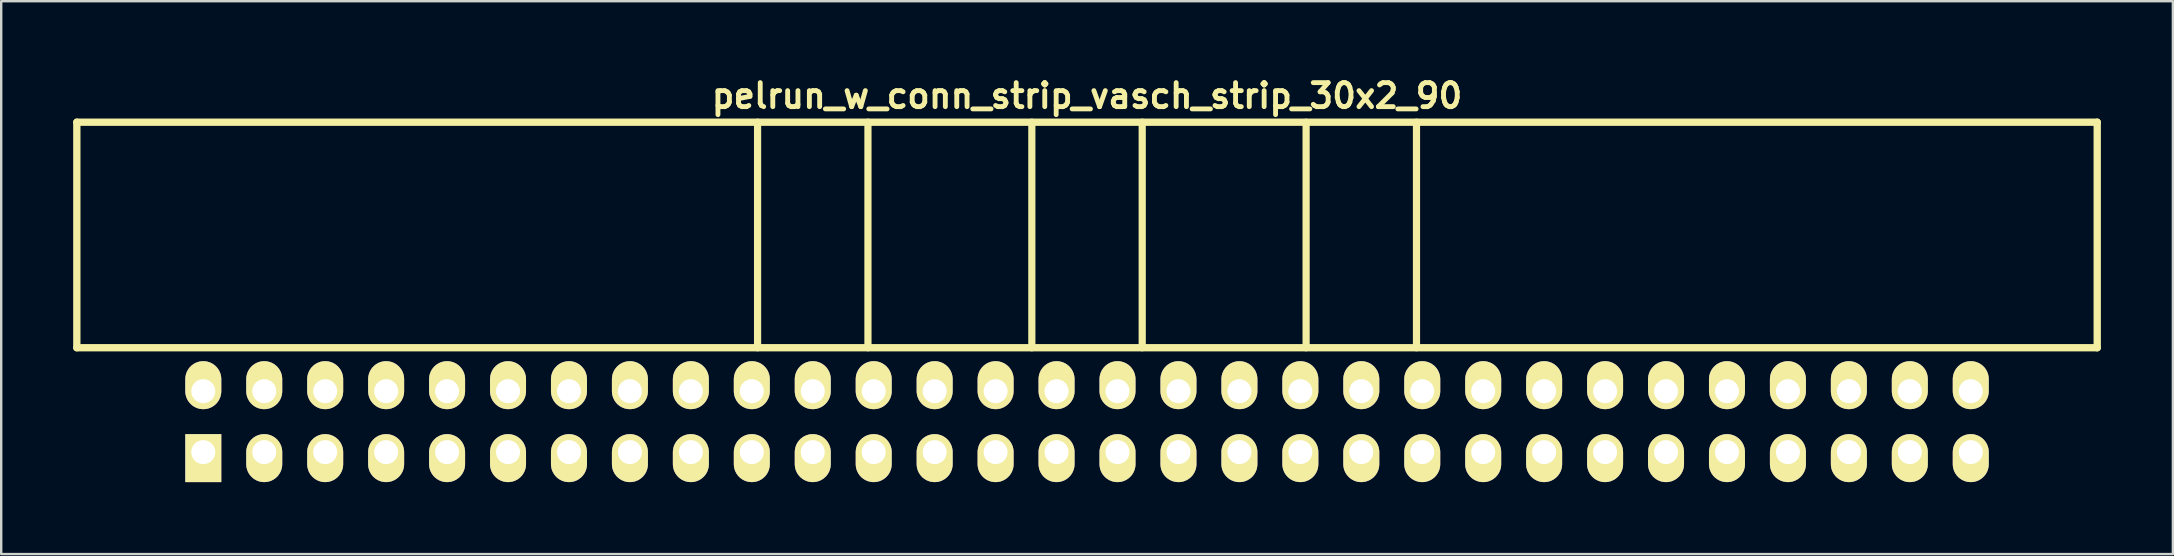
<source format=kicad_pcb>
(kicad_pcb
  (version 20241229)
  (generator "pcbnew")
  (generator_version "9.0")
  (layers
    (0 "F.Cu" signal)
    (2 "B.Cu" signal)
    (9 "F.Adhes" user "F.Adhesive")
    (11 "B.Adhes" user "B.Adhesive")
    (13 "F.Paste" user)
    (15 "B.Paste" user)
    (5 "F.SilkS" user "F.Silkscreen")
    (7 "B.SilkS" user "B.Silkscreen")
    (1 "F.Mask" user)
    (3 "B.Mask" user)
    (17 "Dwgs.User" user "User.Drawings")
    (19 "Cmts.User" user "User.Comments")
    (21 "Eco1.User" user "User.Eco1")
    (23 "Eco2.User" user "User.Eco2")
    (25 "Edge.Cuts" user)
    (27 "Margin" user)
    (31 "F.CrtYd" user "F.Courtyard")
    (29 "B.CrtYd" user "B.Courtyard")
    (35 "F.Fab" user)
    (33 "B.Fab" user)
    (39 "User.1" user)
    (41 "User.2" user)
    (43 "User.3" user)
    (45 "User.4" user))
  (footprint "pelrun_w_conn_strip_vasch_strip_30x2_90"
    (layer "F.Cu")
    (at 42.252 9.442)
    (property "Reference" "pelrun_w_conn_strip_vasch_strip_30x2_90" (at 0 -8.5 0) (layer "F.SilkS") (effects (font (size 1 1) (thickness 0.203))))
    (attr through_hole)
    (fp_line (start -42.1 -7.4) (end -42.1 2) (stroke (width 0.305) (type solid)) (layer "F.SilkS"))
    (fp_line (start -42.1 2) (end 42.1 2) (stroke (width 0.305) (type solid)) (layer "F.SilkS"))
    (fp_line (start -13.73 -7.4) (end -13.73 2) (stroke (width 0.3) (type solid)) (layer "F.SilkS"))
    (fp_line (start -9.13 -7.4) (end -9.13 2) (stroke (width 0.3) (type solid)) (layer "F.SilkS"))
    (fp_line (start -2.3 -7.4) (end -2.3 2) (stroke (width 0.3) (type solid)) (layer "F.SilkS"))
    (fp_line (start 2.3 -7.4) (end 2.3 2) (stroke (width 0.3) (type solid)) (layer "F.SilkS"))
    (fp_line (start 9.13 -7.4) (end 9.13 2) (stroke (width 0.3) (type solid)) (layer "F.SilkS"))
    (fp_line (start 13.73 -7.4) (end 13.73 2) (stroke (width 0.3) (type solid)) (layer "F.SilkS"))
    (fp_line (start 42.1 -7.4) (end -42.1 -7.4) (stroke (width 0.305) (type solid)) (layer "F.SilkS"))
    (fp_line (start 42.1 -7.4) (end 42.1 2) (stroke (width 0.305) (type solid)) (layer "F.SilkS"))
    (pad "1" thru_hole rect (at -36.83 6.35) (size 1.5 2) (drill 1 (offset 0 0.25)) (layers "*.Cu" "*.Mask" "F.SilkS"))
    (pad "2" thru_hole oval (at -36.83 3.81) (size 1.5 2) (drill 1 (offset 0 -0.25)) (layers "*.Cu" "*.Mask" "F.SilkS"))
    (pad "3" thru_hole oval (at -34.29 6.35) (size 1.5 2) (drill 1 (offset 0 0.25)) (layers "*.Cu" "*.Mask" "F.SilkS"))
    (pad "4" thru_hole oval (at -34.29 3.81) (size 1.5 2) (drill 1 (offset 0 -0.25)) (layers "*.Cu" "*.Mask" "F.SilkS"))
    (pad "5" thru_hole oval (at -31.75 6.35) (size 1.5 2) (drill 1 (offset 0 0.25)) (layers "*.Cu" "*.Mask" "F.SilkS"))
    (pad "6" thru_hole oval (at -31.75 3.81) (size 1.5 2) (drill 1 (offset 0 -0.25)) (layers "*.Cu" "*.Mask" "F.SilkS"))
    (pad "7" thru_hole oval (at -29.21 6.35) (size 1.5 2) (drill 1 (offset 0 0.25)) (layers "*.Cu" "*.Mask" "F.SilkS"))
    (pad "8" thru_hole oval (at -29.21 3.81) (size 1.5 2) (drill 1 (offset 0 -0.25)) (layers "*.Cu" "*.Mask" "F.SilkS"))
    (pad "9" thru_hole oval (at -26.67 6.35) (size 1.5 2) (drill 1 (offset 0 0.25)) (layers "*.Cu" "*.Mask" "F.SilkS"))
    (pad "10" thru_hole oval (at -26.67 3.81) (size 1.5 2) (drill 1 (offset 0 -0.25)) (layers "*.Cu" "*.Mask" "F.SilkS"))
    (pad "11" thru_hole oval (at -24.13 6.35) (size 1.5 2) (drill 1 (offset 0 0.25)) (layers "*.Cu" "*.Mask" "F.SilkS"))
    (pad "12" thru_hole oval (at -24.13 3.81) (size 1.5 2) (drill 1 (offset 0 -0.25)) (layers "*.Cu" "*.Mask" "F.SilkS"))
    (pad "13" thru_hole oval (at -21.59 6.35) (size 1.5 2) (drill 1 (offset 0 0.25)) (layers "*.Cu" "*.Mask" "F.SilkS"))
    (pad "14" thru_hole oval (at -21.59 3.81) (size 1.5 2) (drill 1 (offset 0 -0.25)) (layers "*.Cu" "*.Mask" "F.SilkS"))
    (pad "15" thru_hole oval (at -19.05 6.35) (size 1.5 2) (drill 1 (offset 0 0.25)) (layers "*.Cu" "*.Mask" "F.SilkS"))
    (pad "16" thru_hole oval (at -19.05 3.81) (size 1.5 2) (drill 1 (offset 0 -0.25)) (layers "*.Cu" "*.Mask" "F.SilkS"))
    (pad "17" thru_hole oval (at -16.51 6.35) (size 1.5 2) (drill 1 (offset 0 0.25)) (layers "*.Cu" "*.Mask" "F.SilkS"))
    (pad "18" thru_hole oval (at -16.51 3.81) (size 1.5 2) (drill 1 (offset 0 -0.25)) (layers "*.Cu" "*.Mask" "F.SilkS"))
    (pad "19" thru_hole oval (at -13.97 6.35) (size 1.5 2) (drill 1 (offset 0 0.25)) (layers "*.Cu" "*.Mask" "F.SilkS"))
    (pad "20" thru_hole oval (at -13.97 3.81) (size 1.5 2) (drill 1 (offset 0 -0.25)) (layers "*.Cu" "*.Mask" "F.SilkS"))
    (pad "21" thru_hole oval (at -11.43 6.35) (size 1.5 2) (drill 1 (offset 0 0.25)) (layers "*.Cu" "*.Mask" "F.SilkS"))
    (pad "22" thru_hole oval (at -11.43 3.81) (size 1.5 2) (drill 1 (offset 0 -0.25)) (layers "*.Cu" "*.Mask" "F.SilkS"))
    (pad "23" thru_hole oval (at -8.89 6.35) (size 1.5 2) (drill 1 (offset 0 0.25)) (layers "*.Cu" "*.Mask" "F.SilkS"))
    (pad "24" thru_hole oval (at -8.89 3.81) (size 1.5 2) (drill 1 (offset 0 -0.25)) (layers "*.Cu" "*.Mask" "F.SilkS"))
    (pad "25" thru_hole oval (at -6.35 6.35) (size 1.5 2) (drill 1 (offset 0 0.25)) (layers "*.Cu" "*.Mask" "F.SilkS"))
    (pad "26" thru_hole oval (at -6.35 3.81) (size 1.5 2) (drill 1 (offset 0 -0.25)) (layers "*.Cu" "*.Mask" "F.SilkS"))
    (pad "27" thru_hole oval (at -3.81 6.35) (size 1.5 2) (drill 1 (offset 0 0.25)) (layers "*.Cu" "*.Mask" "F.SilkS"))
    (pad "28" thru_hole oval (at -3.81 3.81) (size 1.5 2) (drill 1 (offset 0 -0.25)) (layers "*.Cu" "*.Mask" "F.SilkS"))
    (pad "29" thru_hole oval (at -1.27 6.35) (size 1.5 2) (drill 1 (offset 0 0.25)) (layers "*.Cu" "*.Mask" "F.SilkS"))
    (pad "30" thru_hole oval (at -1.27 3.81) (size 1.5 2) (drill 1 (offset 0 -0.25)) (layers "*.Cu" "*.Mask" "F.SilkS"))
    (pad "31" thru_hole oval (at 1.27 6.35) (size 1.5 2) (drill 1 (offset 0 0.25)) (layers "*.Cu" "*.Mask" "F.SilkS"))
    (pad "32" thru_hole oval (at 1.27 3.81) (size 1.5 2) (drill 1 (offset 0 -0.25)) (layers "*.Cu" "*.Mask" "F.SilkS"))
    (pad "33" thru_hole oval (at 3.81 6.35) (size 1.5 2) (drill 1 (offset 0 0.25)) (layers "*.Cu" "*.Mask" "F.SilkS"))
    (pad "34" thru_hole oval (at 3.81 3.81) (size 1.5 2) (drill 1 (offset 0 -0.25)) (layers "*.Cu" "*.Mask" "F.SilkS"))
    (pad "35" thru_hole oval (at 6.35 6.35) (size 1.5 2) (drill 1 (offset 0 0.25)) (layers "*.Cu" "*.Mask" "F.SilkS"))
    (pad "36" thru_hole oval (at 6.35 3.81) (size 1.5 2) (drill 1 (offset 0 -0.25)) (layers "*.Cu" "*.Mask" "F.SilkS"))
    (pad "37" thru_hole oval (at 8.89 6.35) (size 1.5 2) (drill 1 (offset 0 0.25)) (layers "*.Cu" "*.Mask" "F.SilkS"))
    (pad "38" thru_hole oval (at 8.89 3.81) (size 1.5 2) (drill 1 (offset 0 -0.25)) (layers "*.Cu" "*.Mask" "F.SilkS"))
    (pad "39" thru_hole oval (at 11.43 6.35) (size 1.5 2) (drill 1 (offset 0 0.25)) (layers "*.Cu" "*.Mask" "F.SilkS"))
    (pad "40" thru_hole oval (at 11.43 3.81) (size 1.5 2) (drill 1 (offset 0 -0.25)) (layers "*.Cu" "*.Mask" "F.SilkS"))
    (pad "41" thru_hole oval (at 13.97 6.35) (size 1.5 2) (drill 1 (offset 0 0.25)) (layers "*.Cu" "*.Mask" "F.SilkS"))
    (pad "42" thru_hole oval (at 13.97 3.81) (size 1.5 2) (drill 1 (offset 0 -0.25)) (layers "*.Cu" "*.Mask" "F.SilkS"))
    (pad "43" thru_hole oval (at 16.51 6.35) (size 1.5 2) (drill 1 (offset 0 0.25)) (layers "*.Cu" "*.Mask" "F.SilkS"))
    (pad "44" thru_hole oval (at 16.51 3.81) (size 1.5 2) (drill 1 (offset 0 -0.25)) (layers "*.Cu" "*.Mask" "F.SilkS"))
    (pad "45" thru_hole oval (at 19.05 6.35) (size 1.5 2) (drill 1 (offset 0 0.25)) (layers "*.Cu" "*.Mask" "F.SilkS"))
    (pad "46" thru_hole oval (at 19.05 3.81) (size 1.5 2) (drill 1 (offset 0 -0.25)) (layers "*.Cu" "*.Mask" "F.SilkS"))
    (pad "47" thru_hole oval (at 21.59 6.35) (size 1.5 2) (drill 1 (offset 0 0.25)) (layers "*.Cu" "*.Mask" "F.SilkS"))
    (pad "48" thru_hole oval (at 21.59 3.81) (size 1.5 2) (drill 1 (offset 0 -0.25)) (layers "*.Cu" "*.Mask" "F.SilkS"))
    (pad "49" thru_hole oval (at 24.13 6.35) (size 1.5 2) (drill 1 (offset 0 0.25)) (layers "*.Cu" "*.Mask" "F.SilkS"))
    (pad "50" thru_hole oval (at 24.13 3.81) (size 1.5 2) (drill 1 (offset 0 -0.25)) (layers "*.Cu" "*.Mask" "F.SilkS"))
    (pad "51" thru_hole oval (at 26.67 6.35) (size 1.5 2) (drill 1 (offset 0 0.25)) (layers "*.Cu" "*.Mask" "F.SilkS"))
    (pad "52" thru_hole oval (at 26.67 3.81) (size 1.5 2) (drill 1 (offset 0 -0.25)) (layers "*.Cu" "*.Mask" "F.SilkS"))
    (pad "53" thru_hole oval (at 29.21 6.35) (size 1.5 2) (drill 1 (offset 0 0.25)) (layers "*.Cu" "*.Mask" "F.SilkS"))
    (pad "54" thru_hole oval (at 29.21 3.81) (size 1.5 2) (drill 1 (offset 0 -0.25)) (layers "*.Cu" "*.Mask" "F.SilkS"))
    (pad "55" thru_hole oval (at 31.75 6.35) (size 1.5 2) (drill 1 (offset 0 0.25)) (layers "*.Cu" "*.Mask" "F.SilkS"))
    (pad "56" thru_hole oval (at 31.75 3.81) (size 1.5 2) (drill 1 (offset 0 -0.25)) (layers "*.Cu" "*.Mask" "F.SilkS"))
    (pad "57" thru_hole oval (at 34.29 6.35) (size 1.5 2) (drill 1 (offset 0 0.25)) (layers "*.Cu" "*.Mask" "F.SilkS"))
    (pad "58" thru_hole oval (at 34.29 3.81) (size 1.5 2) (drill 1 (offset 0 -0.25)) (layers "*.Cu" "*.Mask" "F.SilkS"))
    (pad "59" thru_hole oval (at 36.83 6.35) (size 1.5 2) (drill 1 (offset 0 0.25)) (layers "*.Cu" "*.Mask" "F.SilkS"))
    (pad "60" thru_hole oval (at 36.83 3.81) (size 1.5 2) (drill 1 (offset 0 -0.25)) (layers "*.Cu" "*.Mask" "F.SilkS")))
  (gr_rect
    (start -3 -3)
    (end 87.505 20.042)
    (stroke (width 0.1) (type default))
    (fill no)
    (layer "Edge.Cuts")))
</source>
